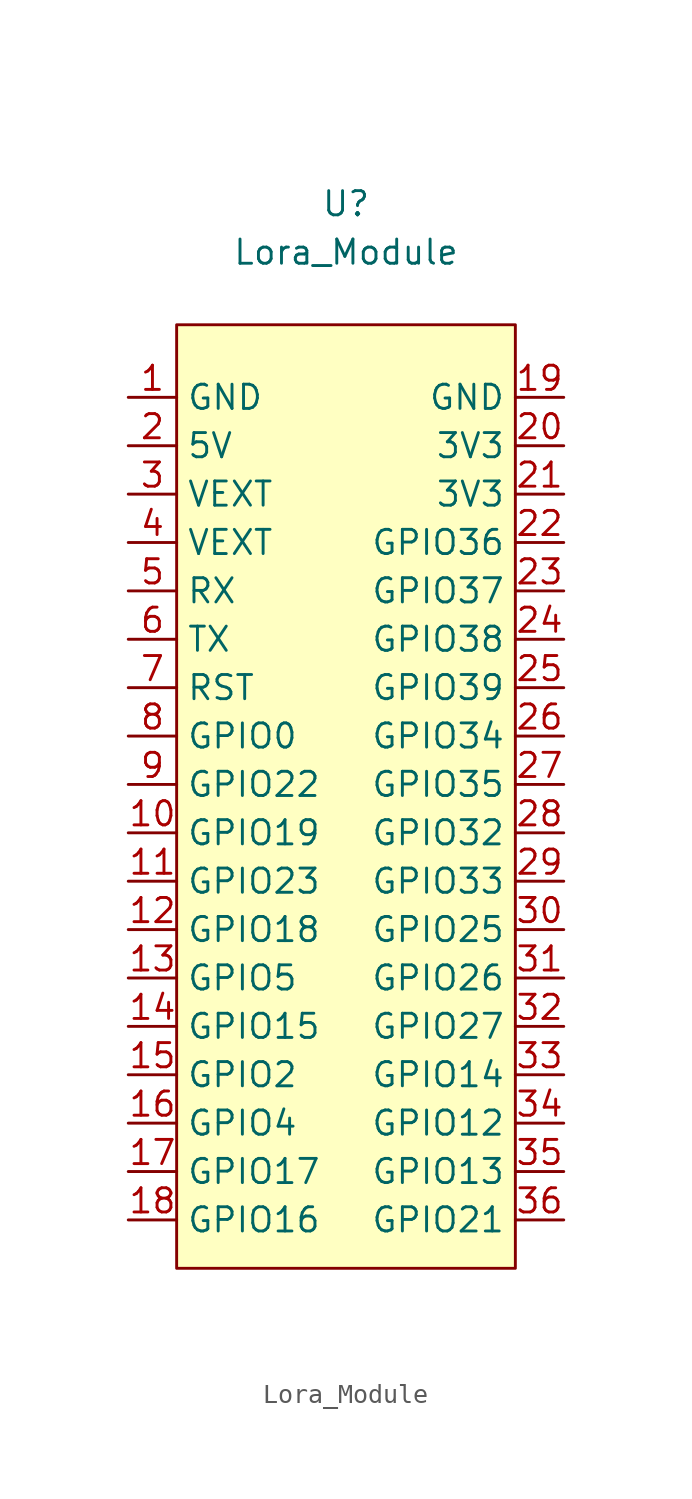
<source format=kicad_sym>
(kicad_symbol_lib
  (version 20211014)
  (generator kicad_symbol_editor)
  (symbol "Lora_Module"
    (property "Reference" "U"
      (at 0 31.75 0)
      (effects (font (size 1.27 1.27))))
    (property "Value" "Lora_Module"
      (at 0 29.21 0)
      (effects (font (size 1.27 1.27))))
    (symbol "Lora_Module_0_1"
      (rectangle (start -8.89 25.4) (end 8.89 -24.13) (stroke (width 0) (type default) (color 0 0 0 0)) (fill (type background))))
    (symbol "Lora_Module_1_1"
      (pin input line (at -11.43 21.59 0) (length 2.54) (name "GND" (effects (font (size 1.27 1.27)))) (number "1" (effects (font (size 1.27 1.27)))))
      (pin input line (at -11.43 -1.27 0) (length 2.54) (name "GPIO19" (effects (font (size 1.27 1.27)))) (number "10" (effects (font (size 1.27 1.27)))))
      (pin input line (at -11.43 -3.81 0) (length 2.54) (name "GPIO23" (effects (font (size 1.27 1.27)))) (number "11" (effects (font (size 1.27 1.27)))))
      (pin input line (at -11.43 -6.35 0) (length 2.54) (name "GPIO18" (effects (font (size 1.27 1.27)))) (number "12" (effects (font (size 1.27 1.27)))))
      (pin input line (at -11.43 -8.89 0) (length 2.54) (name "GPIO5" (effects (font (size 1.27 1.27)))) (number "13" (effects (font (size 1.27 1.27)))))
      (pin input line (at -11.43 -11.43 0) (length 2.54) (name "GPIO15" (effects (font (size 1.27 1.27)))) (number "14" (effects (font (size 1.27 1.27)))))
      (pin input line (at -11.43 -13.97 0) (length 2.54) (name "GPIO2" (effects (font (size 1.27 1.27)))) (number "15" (effects (font (size 1.27 1.27)))))
      (pin input line (at -11.43 -16.51 0) (length 2.54) (name "GPIO4" (effects (font (size 1.27 1.27)))) (number "16" (effects (font (size 1.27 1.27)))))
      (pin input line (at -11.43 -19.05 0) (length 2.54) (name "GPIO17" (effects (font (size 1.27 1.27)))) (number "17" (effects (font (size 1.27 1.27)))))
      (pin input line (at -11.43 -21.59 0) (length 2.54) (name "GPIO16" (effects (font (size 1.27 1.27)))) (number "18" (effects (font (size 1.27 1.27)))))
      (pin input line (at 11.43 21.59 180) (length 2.54) (name "GND" (effects (font (size 1.27 1.27)))) (number "19" (effects (font (size 1.27 1.27)))))
      (pin input line (at -11.43 19.05 0) (length 2.54) (name "5V" (effects (font (size 1.27 1.27)))) (number "2" (effects (font (size 1.27 1.27)))))
      (pin input line (at 11.43 19.05 180) (length 2.54) (name "3V3" (effects (font (size 1.27 1.27)))) (number "20" (effects (font (size 1.27 1.27)))))
      (pin input line (at 11.43 16.51 180) (length 2.54) (name "3V3" (effects (font (size 1.27 1.27)))) (number "21" (effects (font (size 1.27 1.27)))))
      (pin input line (at 11.43 13.97 180) (length 2.54) (name "GPIO36" (effects (font (size 1.27 1.27)))) (number "22" (effects (font (size 1.27 1.27)))))
      (pin input line (at 11.43 11.43 180) (length 2.54) (name "GPIO37" (effects (font (size 1.27 1.27)))) (number "23" (effects (font (size 1.27 1.27)))))
      (pin input line (at 11.43 8.89 180) (length 2.54) (name "GPIO38" (effects (font (size 1.27 1.27)))) (number "24" (effects (font (size 1.27 1.27)))))
      (pin input line (at 11.43 6.35 180) (length 2.54) (name "GPIO39" (effects (font (size 1.27 1.27)))) (number "25" (effects (font (size 1.27 1.27)))))
      (pin input line (at 11.43 3.81 180) (length 2.54) (name "GPIO34" (effects (font (size 1.27 1.27)))) (number "26" (effects (font (size 1.27 1.27)))))
      (pin input line (at 11.43 1.27 180) (length 2.54) (name "GPIO35" (effects (font (size 1.27 1.27)))) (number "27" (effects (font (size 1.27 1.27)))))
      (pin input line (at 11.43 -1.27 180) (length 2.54) (name "GPIO32" (effects (font (size 1.27 1.27)))) (number "28" (effects (font (size 1.27 1.27)))))
      (pin input line (at 11.43 -3.81 180) (length 2.54) (name "GPIO33" (effects (font (size 1.27 1.27)))) (number "29" (effects (font (size 1.27 1.27)))))
      (pin input line (at -11.43 16.51 0) (length 2.54) (name "VEXT" (effects (font (size 1.27 1.27)))) (number "3" (effects (font (size 1.27 1.27)))))
      (pin input line (at 11.43 -6.35 180) (length 2.54) (name "GPIO25" (effects (font (size 1.27 1.27)))) (number "30" (effects (font (size 1.27 1.27)))))
      (pin input line (at 11.43 -8.89 180) (length 2.54) (name "GPIO26" (effects (font (size 1.27 1.27)))) (number "31" (effects (font (size 1.27 1.27)))))
      (pin input line (at 11.43 -11.43 180) (length 2.54) (name "GPIO27" (effects (font (size 1.27 1.27)))) (number "32" (effects (font (size 1.27 1.27)))))
      (pin input line (at 11.43 -13.97 180) (length 2.54) (name "GPIO14" (effects (font (size 1.27 1.27)))) (number "33" (effects (font (size 1.27 1.27)))))
      (pin input line (at 11.43 -16.51 180) (length 2.54) (name "GPIO12" (effects (font (size 1.27 1.27)))) (number "34" (effects (font (size 1.27 1.27)))))
      (pin input line (at 11.43 -19.05 180) (length 2.54) (name "GPIO13" (effects (font (size 1.27 1.27)))) (number "35" (effects (font (size 1.27 1.27)))))
      (pin input line (at 11.43 -21.59 180) (length 2.54) (name "GPIO21" (effects (font (size 1.27 1.27)))) (number "36" (effects (font (size 1.27 1.27)))))
      (pin input line (at -11.43 13.97 0) (length 2.54) (name "VEXT" (effects (font (size 1.27 1.27)))) (number "4" (effects (font (size 1.27 1.27)))))
      (pin input line (at -11.43 11.43 0) (length 2.54) (name "RX" (effects (font (size 1.27 1.27)))) (number "5" (effects (font (size 1.27 1.27)))))
      (pin input line (at -11.43 8.89 0) (length 2.54) (name "TX" (effects (font (size 1.27 1.27)))) (number "6" (effects (font (size 1.27 1.27)))))
      (pin input line (at -11.43 6.35 0) (length 2.54) (name "RST" (effects (font (size 1.27 1.27)))) (number "7" (effects (font (size 1.27 1.27)))))
      (pin input line (at -11.43 3.81 0) (length 2.54) (name "GPIO0" (effects (font (size 1.27 1.27)))) (number "8" (effects (font (size 1.27 1.27)))))
      (pin input line (at -11.43 1.27 0) (length 2.54) (name "GPIO22" (effects (font (size 1.27 1.27)))) (number "9" (effects (font (size 1.27 1.27))))))))
</source>
